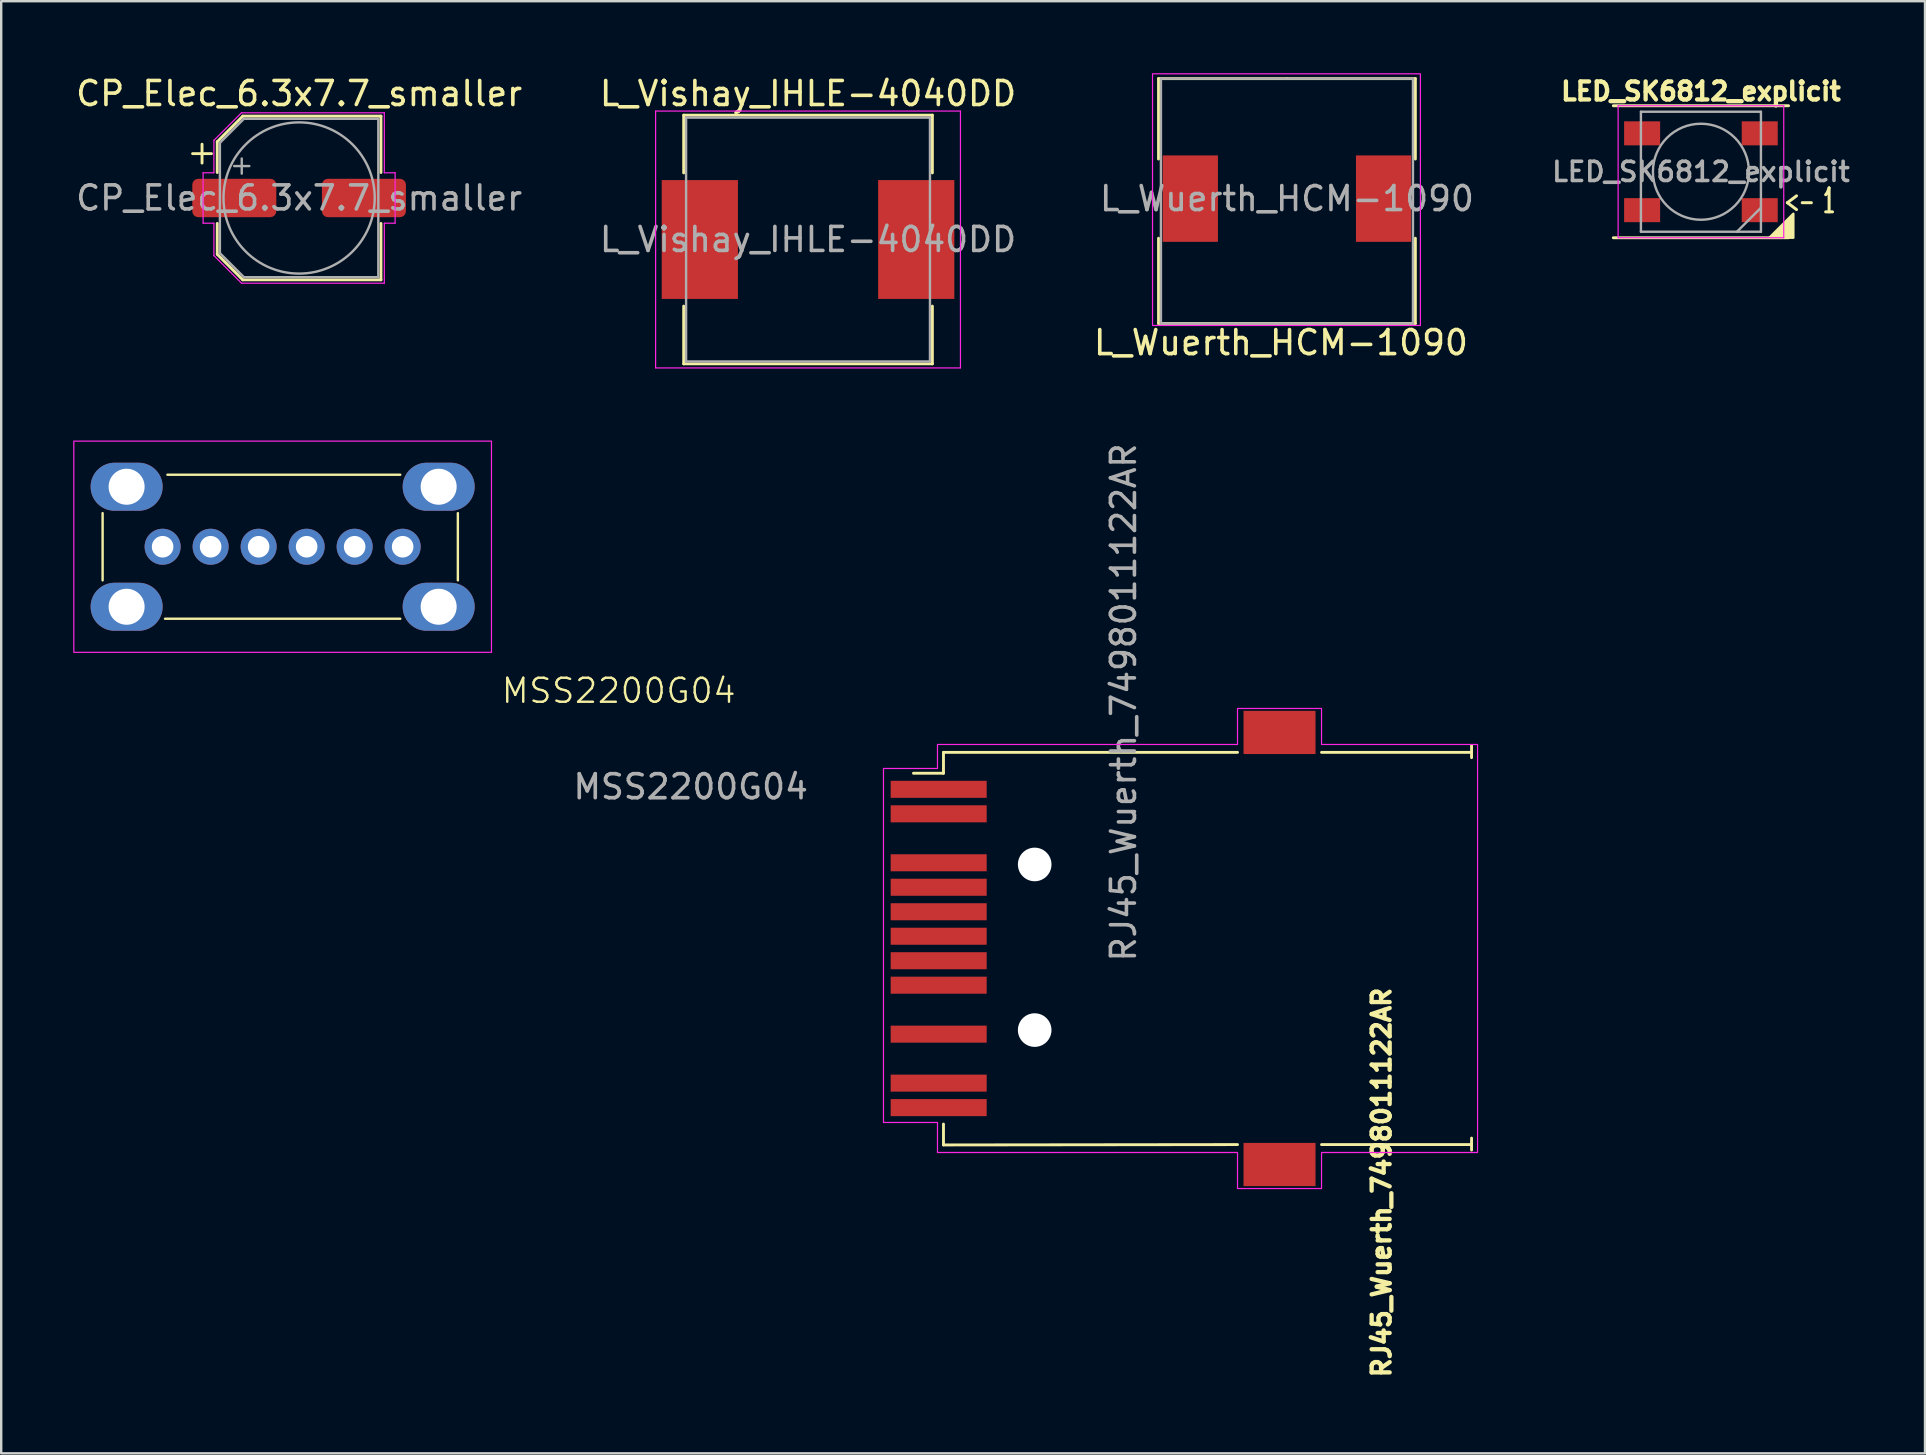
<source format=kicad_pcb>
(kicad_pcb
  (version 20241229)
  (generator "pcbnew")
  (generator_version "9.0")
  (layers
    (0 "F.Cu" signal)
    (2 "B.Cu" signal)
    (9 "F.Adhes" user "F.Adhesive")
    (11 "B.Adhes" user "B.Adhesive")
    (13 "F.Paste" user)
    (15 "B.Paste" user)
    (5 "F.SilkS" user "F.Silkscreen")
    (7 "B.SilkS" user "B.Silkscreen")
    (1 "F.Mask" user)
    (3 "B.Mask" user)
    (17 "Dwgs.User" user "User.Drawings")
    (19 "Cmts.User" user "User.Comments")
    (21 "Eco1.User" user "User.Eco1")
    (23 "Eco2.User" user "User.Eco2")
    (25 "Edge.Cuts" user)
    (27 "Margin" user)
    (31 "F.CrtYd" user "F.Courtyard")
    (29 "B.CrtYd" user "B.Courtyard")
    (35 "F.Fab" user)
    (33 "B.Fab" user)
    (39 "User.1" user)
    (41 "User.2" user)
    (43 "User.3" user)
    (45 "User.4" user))
  (footprint "RJ45_Wuerth_7498011122AR"
    (layer "F.Cu")
    (at 44.256 36.464)
    (property "Reference" "RJ45_Wuerth_7498011122AR" (at 10.25 9.75 90) (layer "F.SilkS") (effects (font (size 0.75 0.75) (thickness 0.18))))
    (attr smd)
    (fp_rect (start 4.5 -8.18) (end 7.5 -7.63) (stroke (width 0.012) (type default)) (fill yes) (layer "F.Mask"))
    (fp_rect (start 4.5 7.63) (end 7.5 8.18) (stroke (width 0.012) (type default)) (fill yes) (layer "F.Mask"))
    (fp_line (start -8 -8.17) (end -8 -7.3) (stroke (width 0.12) (type solid)) (layer "F.SilkS"))
    (fp_line (start -8 -8.17) (end 4.25 -8.17) (stroke (width 0.12) (type solid)) (layer "F.SilkS"))
    (fp_line (start -8 -7.3) (end -9.25 -7.3) (stroke (width 0.12) (type solid)) (layer "F.SilkS"))
    (fp_line (start -8 8.185) (end -8 7.315) (stroke (width 0.12) (type solid)) (layer "F.SilkS"))
    (fp_line (start -8 8.185) (end 4.25 8.17) (stroke (width 0.12) (type solid)) (layer "F.SilkS"))
    (fp_line (start 14 -8.17) (end 7.75 -8.17) (stroke (width 0.12) (type solid)) (layer "F.SilkS"))
    (fp_line (start 14 -7.95) (end 14 -8.45) (stroke (width 0.12) (type solid)) (layer "F.SilkS"))
    (fp_line (start 14 8.17) (end 7.75 8.17) (stroke (width 0.12) (type solid)) (layer "F.SilkS"))
    (fp_line (start 14 8.4) (end 14 7.9) (stroke (width 0.12) (type solid)) (layer "F.SilkS"))
    (fp_poly (pts (xy -8.25 7.25) (xy -10.5 7.25) (xy -10.5 -7.5) (xy -8.25 -7.5) (xy -8.25 -8.5) (xy 4.25 -8.5) (xy 4.25 -10) (xy 7.75 -10) (xy 7.75 -8.5) (xy 14.25 -8.5) (xy 14.25 8.5) (xy 7.75 8.5) (xy 7.75 10) (xy 4.25 10) (xy 4.25 8.5) (xy -8.25 8.5)) (stroke (width 0.05) (type solid)) (fill no) (layer "F.CrtYd"))
    (fp_line (start 0 6.75) (end 0 -6.9) (stroke (width 0.12) (type default)) (layer "User.6"))
    (fp_line (start 1 -7.9) (end 13 -7.9) (stroke (width 0.12) (type default)) (layer "User.6"))
    (fp_line (start 13 7.9) (end 1 7.9) (stroke (width 0.12) (type default)) (layer "User.6"))
    (fp_line (start 13.993 -6.893) (end 13.993 6.893) (stroke (width 0.12) (type default)) (layer "User.6"))
    (fp_arc (start 0 -6.9) (mid 0.292893 -7.607107) (end 1 -7.9) (stroke (width 0.12) (type default)) (layer "User.6"))
    (fp_arc (start 1 7.9) (mid 0.292893 7.607107) (end 0 6.9) (stroke (width 0.12) (type default)) (layer "User.6"))
    (fp_arc (start 12.992893 -7.892893) (mid 13.7 -7.6) (end 13.992893 -6.892893) (stroke (width 0.12) (type default)) (layer "User.6"))
    (fp_arc (start 13.992893 6.892893) (mid 13.7 7.6) (end 12.992893 7.892893) (stroke (width 0.12) (type default)) (layer "User.6"))
    (fp_text user "${REFERENCE}" (at -0.5 -10.25 90) (layer "F.Fab") (effects (font (size 1 1) (thickness 0.15))))
    (pad "" np_thru_hole circle (at -4.2 -3.5) (size 1.4 1.4) (drill 1.4) (layers "*.Cu" "*.Mask"))
    (pad "" np_thru_hole circle (at -4.2 3.4) (size 1.4 1.4) (drill 1.4) (layers "*.Cu" "*.Mask"))
    (pad "1" smd rect (at -8.2 -3.57) (size 4 0.71) (layers "F.Cu" "F.Mask" "F.Paste"))
    (pad "2" smd rect (at -8.2 -2.55) (size 4 0.71) (layers "F.Cu" "F.Mask" "F.Paste"))
    (pad "3" smd rect (at -8.2 -1.53) (size 4 0.71) (layers "F.Cu" "F.Mask" "F.Paste"))
    (pad "4" smd rect (at -8.2 -0.51) (size 4 0.71) (layers "F.Cu" "F.Mask" "F.Paste"))
    (pad "5" smd rect (at -8.2 0.51) (size 4 0.71) (layers "F.Cu" "F.Mask" "F.Paste"))
    (pad "6" smd rect (at -8.2 1.53) (size 4 0.71) (layers "F.Cu" "F.Mask" "F.Paste"))
    (pad "8" smd rect (at -8.2 3.57) (size 4 0.71) (layers "F.Cu" "F.Mask" "F.Paste"))
    (pad "9" smd rect (at -8.2 5.61) (size 4 0.71) (layers "F.Cu" "F.Mask" "F.Paste"))
    (pad "10" smd rect (at -8.2 6.63) (size 4 0.71) (layers "F.Cu" "F.Mask" "F.Paste"))
    (pad "11" smd rect (at -8.2 -6.63) (size 4 0.71) (layers "F.Cu" "F.Mask" "F.Paste"))
    (pad "12" smd rect (at -8.2 -5.61) (size 4 0.71) (layers "F.Cu" "F.Mask" "F.Paste"))
    (pad "SH" connect rect (at 6 -9) (size 3 1.8) (layers "F.Cu" "F.Mask" "F.Paste"))
    (pad "SH" connect rect (at 6 9) (size 3 1.8) (layers "F.Cu" "F.Mask" "F.Paste")))
  (footprint "CP_Elec_6.3x7.7_smaller"
    (layer "F.Cu")
    (at 9.411 5.198)
    (property "Reference" "CP_Elec_6.3x7.7_smaller" (at 0 -4.35 180) (layer "F.SilkS") (effects (font (size 1 1) (thickness 0.15))))
    (attr smd)
    (fp_line (start -4.438 -1.847) (end -3.65 -1.847) (stroke (width 0.12) (type solid)) (layer "F.SilkS"))
    (fp_line (start -4.044 -2.241) (end -4.044 -1.454) (stroke (width 0.12) (type solid)) (layer "F.SilkS"))
    (fp_line (start -3.41 -2.346) (end -3.41 -1.06) (stroke (width 0.12) (type solid)) (layer "F.SilkS"))
    (fp_line (start -3.41 -2.346) (end -2.346 -3.41) (stroke (width 0.12) (type solid)) (layer "F.SilkS"))
    (fp_line (start -3.41 2.346) (end -3.41 1.06) (stroke (width 0.12) (type solid)) (layer "F.SilkS"))
    (fp_line (start -3.41 2.346) (end -2.346 3.41) (stroke (width 0.12) (type solid)) (layer "F.SilkS"))
    (fp_line (start -2.346 -3.41) (end 3.41 -3.41) (stroke (width 0.12) (type solid)) (layer "F.SilkS"))
    (fp_line (start -2.346 3.41) (end 3.41 3.41) (stroke (width 0.12) (type solid)) (layer "F.SilkS"))
    (fp_line (start 3.41 -3.41) (end 3.41 -1.06) (stroke (width 0.12) (type solid)) (layer "F.SilkS"))
    (fp_line (start 3.41 3.41) (end 3.41 1.06) (stroke (width 0.12) (type solid)) (layer "F.SilkS"))
    (fp_line (start -4 -1.05) (end -4 1.05) (stroke (width 0.05) (type solid)) (layer "F.CrtYd"))
    (fp_line (start -4 1.05) (end -3.55 1.05) (stroke (width 0.05) (type solid)) (layer "F.CrtYd"))
    (fp_line (start -3.55 -2.4) (end -3.55 -1.05) (stroke (width 0.05) (type solid)) (layer "F.CrtYd"))
    (fp_line (start -3.55 -2.4) (end -2.4 -3.55) (stroke (width 0.05) (type solid)) (layer "F.CrtYd"))
    (fp_line (start -3.55 -1.05) (end -4 -1.05) (stroke (width 0.05) (type solid)) (layer "F.CrtYd"))
    (fp_line (start -3.55 1.05) (end -3.55 2.4) (stroke (width 0.05) (type solid)) (layer "F.CrtYd"))
    (fp_line (start -3.55 2.4) (end -2.4 3.55) (stroke (width 0.05) (type solid)) (layer "F.CrtYd"))
    (fp_line (start -2.4 -3.55) (end 3.55 -3.55) (stroke (width 0.05) (type solid)) (layer "F.CrtYd"))
    (fp_line (start -2.4 3.55) (end 3.55 3.55) (stroke (width 0.05) (type solid)) (layer "F.CrtYd"))
    (fp_line (start 3.55 -3.55) (end 3.55 -1.05) (stroke (width 0.05) (type solid)) (layer "F.CrtYd"))
    (fp_line (start 3.55 -1.05) (end 4 -1.05) (stroke (width 0.05) (type solid)) (layer "F.CrtYd"))
    (fp_line (start 3.55 1.05) (end 3.55 3.55) (stroke (width 0.05) (type solid)) (layer "F.CrtYd"))
    (fp_line (start 4 -1.05) (end 4 1.05) (stroke (width 0.05) (type solid)) (layer "F.CrtYd"))
    (fp_line (start 4 1.05) (end 3.55 1.05) (stroke (width 0.05) (type solid)) (layer "F.CrtYd"))
    (fp_line (start -3.3 -2.3) (end -3.3 2.3) (stroke (width 0.1) (type solid)) (layer "F.Fab"))
    (fp_line (start -3.3 -2.3) (end -2.3 -3.3) (stroke (width 0.1) (type solid)) (layer "F.Fab"))
    (fp_line (start -3.3 2.3) (end -2.3 3.3) (stroke (width 0.1) (type solid)) (layer "F.Fab"))
    (fp_line (start -2.705 -1.33) (end -2.075 -1.33) (stroke (width 0.1) (type solid)) (layer "F.Fab"))
    (fp_line (start -2.39 -1.645) (end -2.39 -1.015) (stroke (width 0.1) (type solid)) (layer "F.Fab"))
    (fp_line (start -2.3 -3.3) (end 3.3 -3.3) (stroke (width 0.1) (type solid)) (layer "F.Fab"))
    (fp_line (start -2.3 3.3) (end 3.3 3.3) (stroke (width 0.1) (type solid)) (layer "F.Fab"))
    (fp_line (start 3.3 -3.3) (end 3.3 3.3) (stroke (width 0.1) (type solid)) (layer "F.Fab"))
    (fp_circle (center 0 0) (end 3.15 0) (stroke (width 0.1) (type solid)) (fill no) (layer "F.Fab"))
    (fp_text user "${REFERENCE}" (at 0 0 180) (layer "F.Fab") (effects (font (size 1 1) (thickness 0.15))))
    (pad "1" smd roundrect (at -2.7 0) (size 3.5 1.6) (layers "F.Cu" "F.Mask" "F.Paste") (roundrect_rratio 0.156))
    (pad "2" smd roundrect (at 2.7 0) (size 3.5 1.6) (layers "F.Cu" "F.Mask" "F.Paste") (roundrect_rratio 0.156)))
  (footprint "MSS2200G04"
    (layer "F.Cu")
    (at 9.225 19.728)
    (property "Reference" "MSS2200G04" (at 13.5 6 0) (unlocked yes) (layer "F.SilkS") (effects (font (size 1 1) (thickness 0.1))))
    (attr through_hole)
    (fp_line (start -8 -1.4) (end -8 1.4) (stroke (width 0.1) (type default)) (layer "F.SilkS"))
    (fp_line (start -5.4 3) (end 4.4 3) (stroke (width 0.1) (type default)) (layer "F.SilkS"))
    (fp_line (start -5.3 -3) (end 4.4 -3) (stroke (width 0.1) (type default)) (layer "F.SilkS"))
    (fp_line (start 6.8 -1.4) (end 6.8 1.4) (stroke (width 0.1) (type default)) (layer "F.SilkS"))
    (fp_rect (start -9.2 -4.4) (end 8.2 4.4) (stroke (width 0.05) (type default)) (fill no) (layer "F.CrtYd"))
    (fp_text user "${REFERENCE}" (at 16.5 10 0) (unlocked yes) (layer "F.Fab") (effects (font (size 1 1) (thickness 0.15))))
    (pad "1" thru_hole circle (at -5.5 0) (size 1.5 1.5) (drill 0.9) (layers "*.Cu" "*.Mask"))
    (pad "2" thru_hole circle (at -3.5 0) (size 1.5 1.5) (drill 0.9) (layers "*.Cu" "*.Mask"))
    (pad "3" thru_hole circle (at -1.5 0) (size 1.5 1.5) (drill 0.9) (layers "*.Cu" "*.Mask"))
    (pad "4" thru_hole circle (at 0.5 0) (size 1.5 1.5) (drill 0.9) (layers "*.Cu" "*.Mask"))
    (pad "5" thru_hole circle (at 2.5 0) (size 1.5 1.5) (drill 0.9) (layers "*.Cu" "*.Mask"))
    (pad "6" thru_hole circle (at 4.5 0) (size 1.5 1.5) (drill 0.9) (layers "*.Cu" "*.Mask"))
    (pad "SH" thru_hole oval (at -7 -2.5) (size 3 2) (drill 1.5) (layers "*.Cu" "*.Mask"))
    (pad "SH" thru_hole oval (at -7 2.5) (size 3 2) (drill 1.5) (layers "*.Cu" "*.Mask"))
    (pad "SH" thru_hole oval (at 6 -2.5) (size 3 2) (drill 1.5) (layers "*.Cu" "*.Mask"))
    (pad "SH" thru_hole oval (at 6 2.5) (size 3 2) (drill 1.5) (layers "*.Cu" "*.Mask")))
  (footprint "L_Wuerth_HCM-1090"
    (layer "F.Cu")
    (at 50.565 5.225)
    (property "Reference" "L_Wuerth_HCM-1090" (at -0.25 6 0) (layer "F.SilkS") (effects (font (size 1 1) (thickness 0.15))))
    (attr smd)
    (fp_line (start -5.35 -5) (end 0 -5) (stroke (width 0.12) (type solid)) (layer "F.SilkS"))
    (fp_line (start -5.35 -1.65) (end -5.35 -5) (stroke (width 0.12) (type solid)) (layer "F.SilkS"))
    (fp_line (start -5.35 1.65) (end -5.35 5.2) (stroke (width 0.12) (type solid)) (layer "F.SilkS"))
    (fp_line (start -5.35 5.2) (end 0 5.2) (stroke (width 0.12) (type solid)) (layer "F.SilkS"))
    (fp_line (start 5.35 -5) (end 0 -5) (stroke (width 0.12) (type solid)) (layer "F.SilkS"))
    (fp_line (start 5.35 -1.65) (end 5.35 -5) (stroke (width 0.12) (type solid)) (layer "F.SilkS"))
    (fp_line (start 5.35 1.65) (end 5.35 5.2) (stroke (width 0.12) (type solid)) (layer "F.SilkS"))
    (fp_line (start 5.35 5.2) (end 0 5.2) (stroke (width 0.12) (type solid)) (layer "F.SilkS"))
    (fp_rect (start -5.6 -5.2) (end 5.56 5.285) (stroke (width 0.05) (type solid)) (fill no) (layer "F.CrtYd"))
    (fp_line (start -5.25 -5) (end -5.25 5.2) (stroke (width 0.1) (type solid)) (layer "F.Fab"))
    (fp_line (start -5.25 5.2) (end 5.25 5.2) (stroke (width 0.1) (type solid)) (layer "F.Fab"))
    (fp_line (start 5.25 -5) (end -5.25 -5) (stroke (width 0.1) (type solid)) (layer "F.Fab"))
    (fp_line (start 5.25 5.2) (end 5.25 -5) (stroke (width 0.1) (type solid)) (layer "F.Fab"))
    (fp_text user "${REFERENCE}" (at 0 0 0) (layer "F.Fab") (effects (font (size 1 1) (thickness 0.15))))
    (pad "1" smd rect (at -4.025 0) (size 2.3 3.6) (layers "F.Cu" "F.Mask" "F.Paste"))
    (pad "2" smd rect (at 4.025 0) (size 2.3 3.6) (layers "F.Cu" "F.Mask" "F.Paste")))
  (footprint "L_Vishay_IHLE-4040DD"
    (layer "F.Cu")
    (at 30.613 6.928)
    (property "Reference" "L_Vishay_IHLE-4040DD" (at 0 -6.08 0) (layer "F.SilkS") (effects (font (size 1 1) (thickness 0.15))))
    (attr smd)
    (fp_line (start -5.18 -5.18) (end 5.18 -5.18) (stroke (width 0.12) (type solid)) (layer "F.SilkS"))
    (fp_line (start -5.18 -2.775) (end -5.18 -5.18) (stroke (width 0.12) (type solid)) (layer "F.SilkS"))
    (fp_line (start -5.18 2.775) (end -5.18 5.18) (stroke (width 0.12) (type solid)) (layer "F.SilkS"))
    (fp_line (start -5.18 5.18) (end 5.18 5.18) (stroke (width 0.12) (type solid)) (layer "F.SilkS"))
    (fp_line (start 5.18 -5.18) (end 5.18 -2.775) (stroke (width 0.12) (type solid)) (layer "F.SilkS"))
    (fp_line (start 5.18 5.18) (end 5.18 2.775) (stroke (width 0.12) (type solid)) (layer "F.SilkS"))
    (fp_line (start -6.35 -5.35) (end -6.35 5.35) (stroke (width 0.05) (type solid)) (layer "F.CrtYd"))
    (fp_line (start -6.35 5.35) (end 6.35 5.35) (stroke (width 0.05) (type solid)) (layer "F.CrtYd"))
    (fp_line (start 6.35 -5.35) (end -6.35 -5.35) (stroke (width 0.05) (type solid)) (layer "F.CrtYd"))
    (fp_line (start 6.35 5.35) (end 6.35 -5.35) (stroke (width 0.05) (type solid)) (layer "F.CrtYd"))
    (fp_line (start -5.08 -5.08) (end -5.08 5.08) (stroke (width 0.1) (type solid)) (layer "F.Fab"))
    (fp_line (start -5.08 5.08) (end 5.08 5.08) (stroke (width 0.1) (type solid)) (layer "F.Fab"))
    (fp_line (start 5.08 -5.08) (end -5.08 -5.08) (stroke (width 0.1) (type solid)) (layer "F.Fab"))
    (fp_line (start 5.08 5.08) (end 5.08 -5.08) (stroke (width 0.1) (type solid)) (layer "F.Fab"))
    (fp_text user "${REFERENCE}" (at 0 0 0) (layer "F.Fab") (effects (font (size 1 1) (thickness 0.15))))
    (pad "1" smd rect (at -4.508 0) (size 3.175 4.95) (layers "F.Cu" "F.Mask" "F.Paste"))
    (pad "2" smd rect (at 4.508 0) (size 3.175 4.95) (layers "F.Cu" "F.Mask" "F.Paste")))
  (footprint "LED_SK6812_explicit"
    (layer "F.Cu")
    (at 67.812 4.105)
    (property "Reference" "LED_SK6812_explicit" (at 0 -3.35 0) (layer "F.SilkS") (effects (font (size 0.75 0.75) (thickness 0.18))))
    (attr smd)
    (fp_line (start -3.65 -2.75) (end 3.65 -2.75) (stroke (width 0.12) (type solid)) (layer "F.SilkS"))
    (fp_line (start -3.65 2.75) (end 3.65 2.75) (stroke (width 0.12) (type solid)) (layer "F.SilkS"))
    (fp_poly (pts (xy 2.85 2.75) (xy 3.85 2.75) (xy 3.85 1.75)) (stroke (width 0.1) (type solid)) (fill yes) (layer "F.SilkS"))
    (fp_line (start -3.45 -2.75) (end -3.45 2.75) (stroke (width 0.05) (type solid)) (layer "F.CrtYd"))
    (fp_line (start -3.45 2.75) (end 3.45 2.75) (stroke (width 0.05) (type solid)) (layer "F.CrtYd"))
    (fp_line (start 3.45 -2.75) (end -3.45 -2.75) (stroke (width 0.05) (type solid)) (layer "F.CrtYd"))
    (fp_line (start 3.45 2.75) (end 3.45 -2.75) (stroke (width 0.05) (type solid)) (layer "F.CrtYd"))
    (fp_line (start -2.5 -2.5) (end -2.5 2.5) (stroke (width 0.1) (type solid)) (layer "F.Fab"))
    (fp_line (start -2.5 2.5) (end 2.5 2.5) (stroke (width 0.1) (type solid)) (layer "F.Fab"))
    (fp_line (start 2.5 -2.5) (end -2.5 -2.5) (stroke (width 0.1) (type solid)) (layer "F.Fab"))
    (fp_line (start 2.5 1.5) (end 1.5 2.5) (stroke (width 0.1) (type solid)) (layer "F.Fab"))
    (fp_line (start 2.5 2.5) (end 2.5 -2.5) (stroke (width 0.1) (type solid)) (layer "F.Fab"))
    (fp_circle (center 0 0) (end 0 -2) (stroke (width 0.1) (type solid)) (fill no) (layer "F.Fab"))
    (fp_text user "<- 1" (at 3.4 1.8 0) (unlocked yes) (layer "F.SilkS") (effects (font (size 1 0.5) (thickness 0.125) (bold yes)) (justify left bottom)))
    (fp_text user "${REFERENCE}" (at 0 0 0) (layer "F.Fab") (effects (font (size 0.8 0.8) (thickness 0.15))))
    (pad "1" smd rect (at 2.45 1.6) (size 1.5 1) (layers "F.Cu" "F.Mask" "F.Paste"))
    (pad "2" smd rect (at 2.45 -1.6) (size 1.5 1) (layers "F.Cu" "F.Mask" "F.Paste"))
    (pad "3" smd rect (at -2.45 -1.6) (size 1.5 1) (layers "F.Cu" "F.Mask" "F.Paste"))
    (pad "4" smd rect (at -2.45 1.6) (size 1.5 1) (layers "F.Cu" "F.Mask" "F.Paste")))
  (gr_rect
    (start -3 -3)
    (end 77.147 57.498)
    (stroke (width 0.1) (type default))
    (fill no)
    (layer "Edge.Cuts")))
</source>
